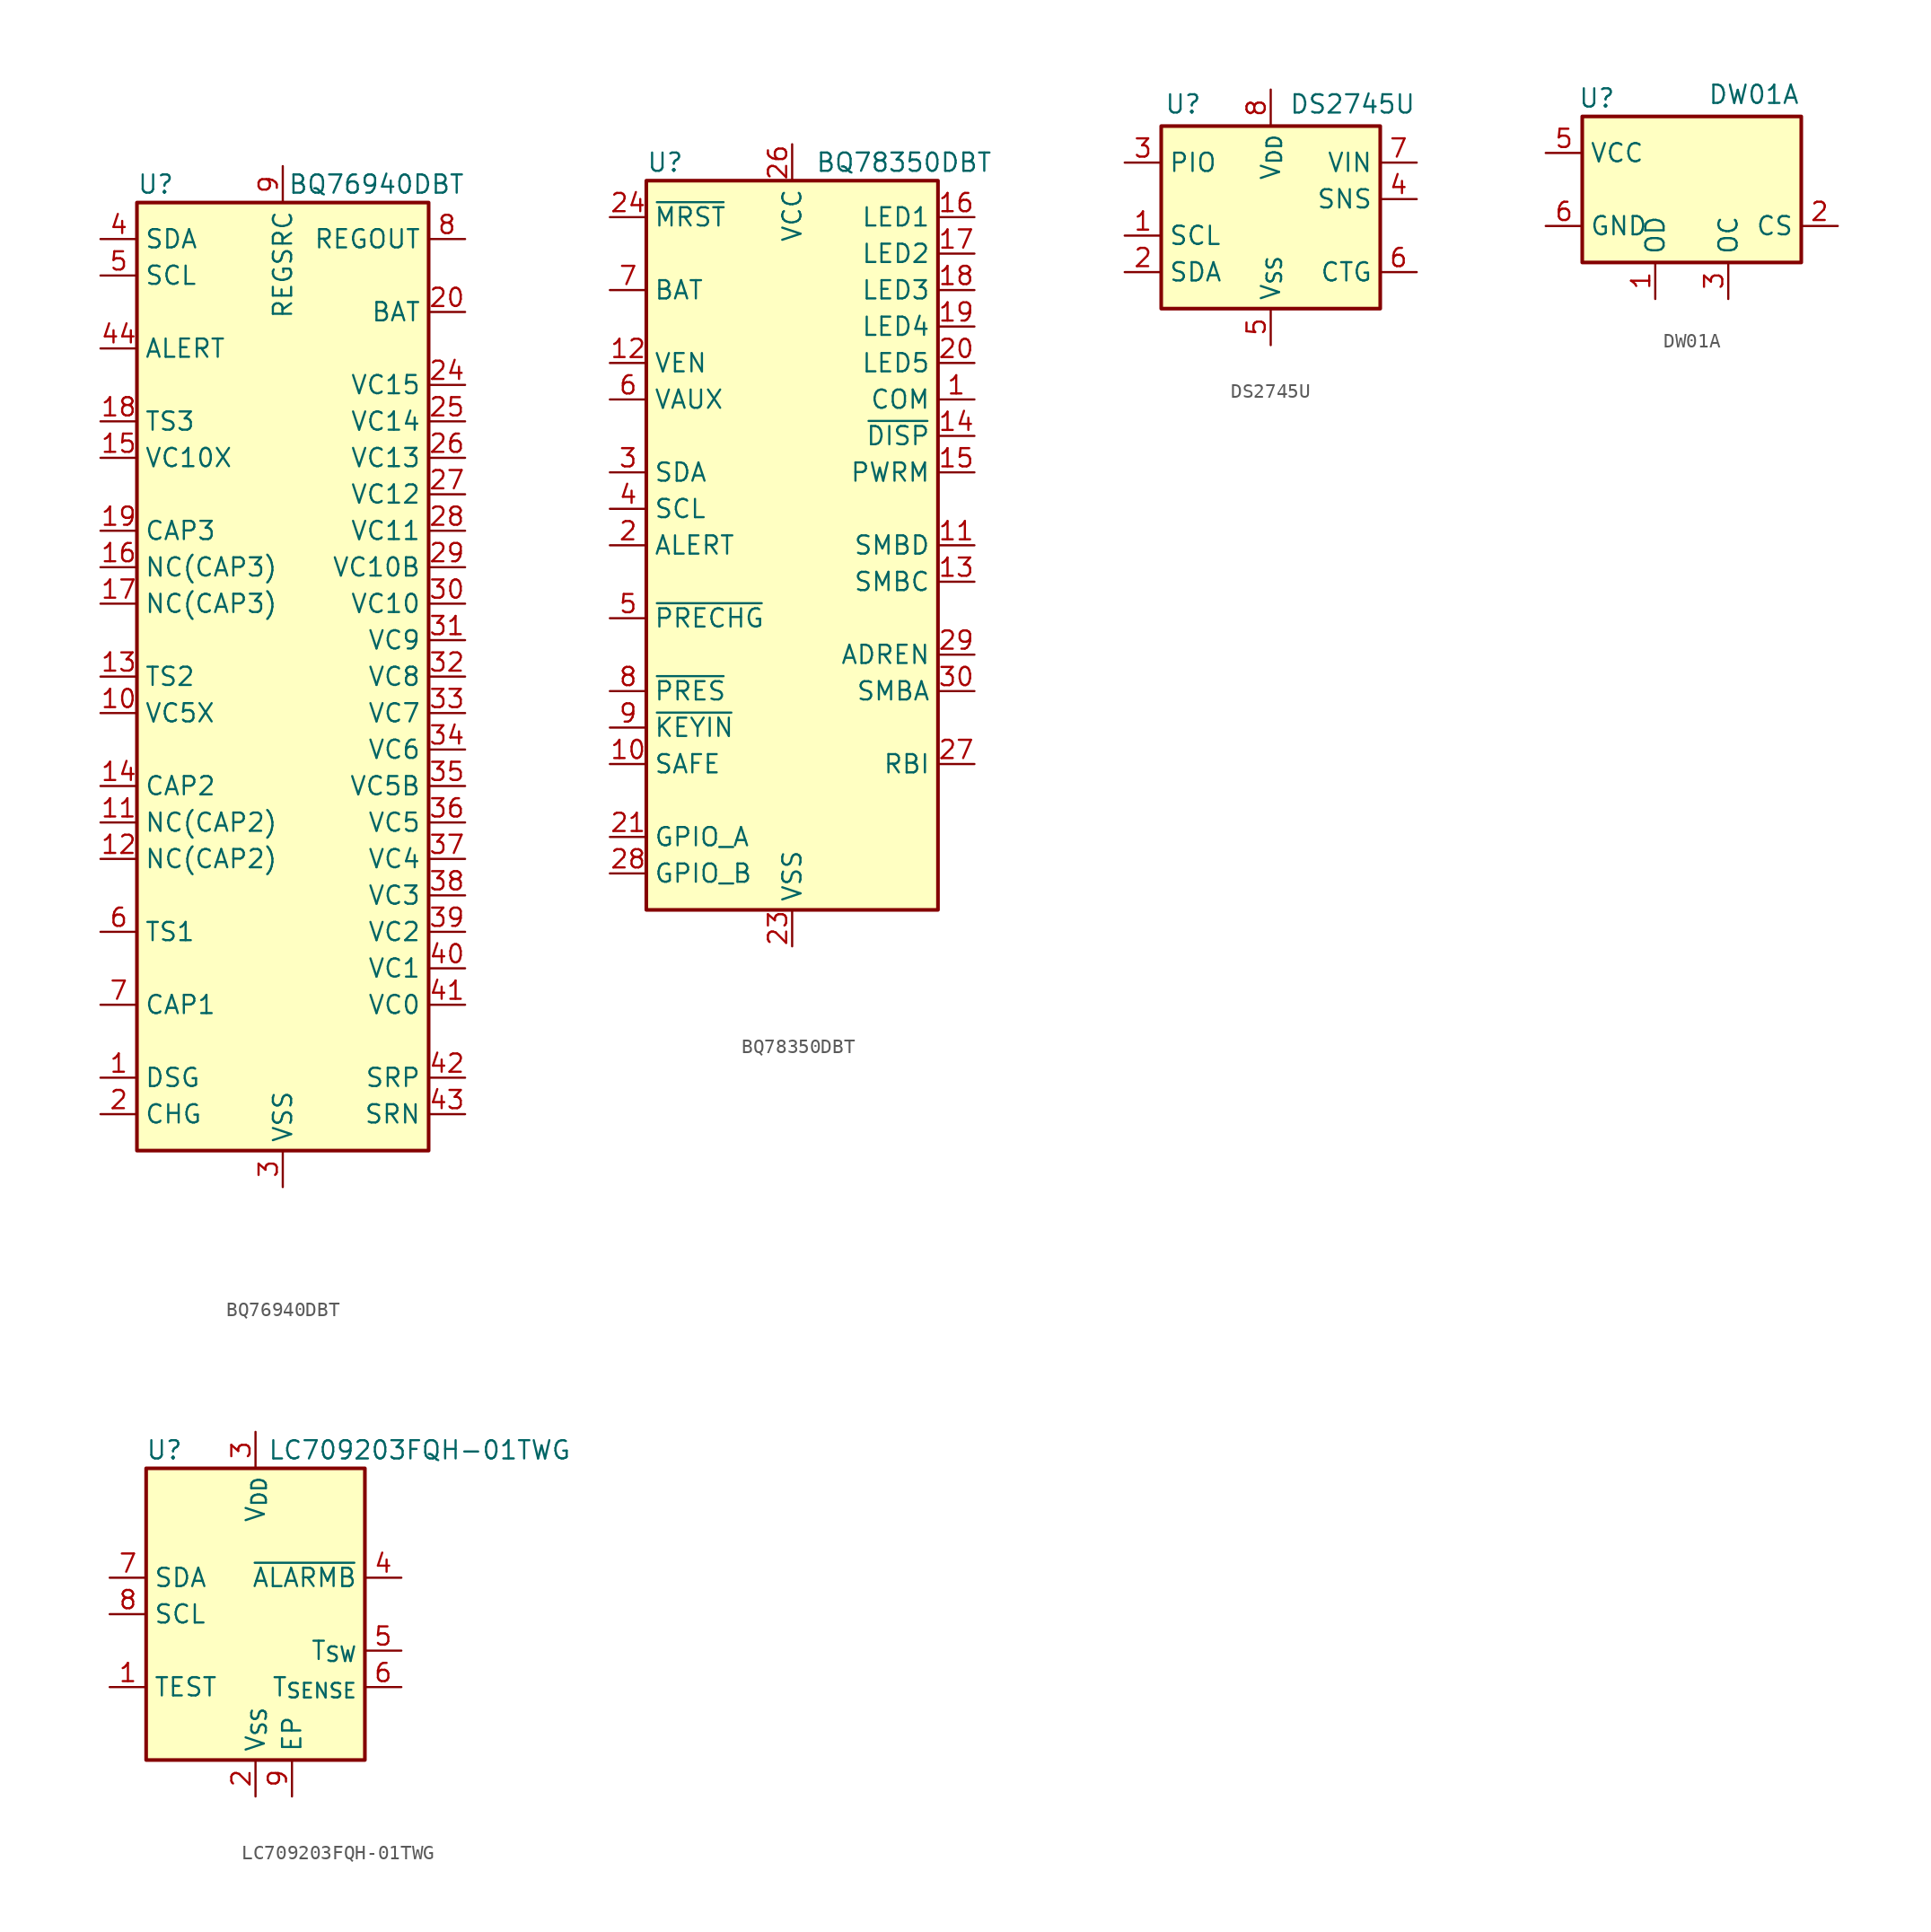
<source format=kicad_sym>
(kicad_symbol_lib
  (version 20241209)
  (generator "kicad_symbol_editor")
  (generator_version "9.0")
  (symbol "BQ76940DBT"
    (property "Reference" "U"
      (at -10.16 34.29 0)
      (effects (font (size 1.27 1.27)) (justify left)))
    (property "Value" "BQ76940DBT"
      (at 12.7 34.29 0)
      (effects (font (size 1.27 1.27)) (justify right)))
    (symbol "BQ76940DBT_0_1"
      (rectangle (start -10.16 33.02) (end 10.16 -33.02) (stroke (width 0.254) (type default)) (fill (type background))))
    (symbol "BQ76940DBT_1_0"
      (pin bidirectional line (at -12.7 22.86 0) (length 2.54) (name "ALERT" (effects (font (size 1.27 1.27)))) (number "44" (effects (font (size 1.27 1.27)))))
      (pin passive line (at -12.7 17.78 0) (length 2.54) (name "TS3" (effects (font (size 1.27 1.27)))) (number "18" (effects (font (size 1.27 1.27)))))
      (pin passive line (at -12.7 15.24 0) (length 2.54) (name "VC10X" (effects (font (size 1.27 1.27)))) (number "15" (effects (font (size 1.27 1.27)))))
      (pin passive line (at -12.7 10.16 0) (length 2.54) (name "CAP3" (effects (font (size 1.27 1.27)))) (number "19" (effects (font (size 1.27 1.27)))))
      (pin passive line (at -12.7 7.62 0) (length 2.54) (name "NC(CAP3)" (effects (font (size 1.27 1.27)))) (number "16" (effects (font (size 1.27 1.27)))))
      (pin passive line (at -12.7 5.08 0) (length 2.54) (name "NC(CAP3)" (effects (font (size 1.27 1.27)))) (number "17" (effects (font (size 1.27 1.27)))))
      (pin passive line (at -12.7 0 0) (length 2.54) (name "TS2" (effects (font (size 1.27 1.27)))) (number "13" (effects (font (size 1.27 1.27)))))
      (pin passive line (at -12.7 -2.54 0) (length 2.54) (name "VC5X" (effects (font (size 1.27 1.27)))) (number "10" (effects (font (size 1.27 1.27)))))
      (pin passive line (at -12.7 -7.62 0) (length 2.54) (name "CAP2" (effects (font (size 1.27 1.27)))) (number "14" (effects (font (size 1.27 1.27)))))
      (pin passive line (at -12.7 -10.16 0) (length 2.54) (name "NC(CAP2)" (effects (font (size 1.27 1.27)))) (number "11" (effects (font (size 1.27 1.27)))))
      (pin passive line (at -12.7 -12.7 0) (length 2.54) (name "NC(CAP2)" (effects (font (size 1.27 1.27)))) (number "12" (effects (font (size 1.27 1.27)))))
      (pin passive line (at -12.7 -17.78 0) (length 2.54) (name "TS1" (effects (font (size 1.27 1.27)))) (number "6" (effects (font (size 1.27 1.27)))))
      (pin passive line (at -12.7 -22.86 0) (length 2.54) (name "CAP1" (effects (font (size 1.27 1.27)))) (number "7" (effects (font (size 1.27 1.27)))))
      (pin no_connect line (at -5.08 -33.02 90) (length 2.54) (hide yes) (name "NC" (effects (font (size 1.27 1.27)))) (number "21" (effects (font (size 1.27 1.27)))))
      (pin no_connect line (at -2.54 -33.02 90) (length 2.54) (hide yes) (name "NC" (effects (font (size 1.27 1.27)))) (number "22" (effects (font (size 1.27 1.27)))))
      (pin power_in line (at 0 35.56 270) (length 2.54) (name "REGSRC" (effects (font (size 1.27 1.27)))) (number "9" (effects (font (size 1.27 1.27)))))
      (pin no_connect line (at 2.54 -33.02 90) (length 2.54) (hide yes) (name "NC" (effects (font (size 1.27 1.27)))) (number "23" (effects (font (size 1.27 1.27)))))
      (pin power_out line (at 12.7 30.48 180) (length 2.54) (name "REGOUT" (effects (font (size 1.27 1.27)))) (number "8" (effects (font (size 1.27 1.27)))))
      (pin input line (at 12.7 25.4 180) (length 2.54) (name "BAT" (effects (font (size 1.27 1.27)))) (number "20" (effects (font (size 1.27 1.27)))))
      (pin input line (at 12.7 20.32 180) (length 2.54) (name "VC15" (effects (font (size 1.27 1.27)))) (number "24" (effects (font (size 1.27 1.27)))))
      (pin input line (at 12.7 17.78 180) (length 2.54) (name "VC14" (effects (font (size 1.27 1.27)))) (number "25" (effects (font (size 1.27 1.27)))))
      (pin input line (at 12.7 15.24 180) (length 2.54) (name "VC13" (effects (font (size 1.27 1.27)))) (number "26" (effects (font (size 1.27 1.27)))))
      (pin input line (at 12.7 12.7 180) (length 2.54) (name "VC12" (effects (font (size 1.27 1.27)))) (number "27" (effects (font (size 1.27 1.27)))))
      (pin input line (at 12.7 10.16 180) (length 2.54) (name "VC11" (effects (font (size 1.27 1.27)))) (number "28" (effects (font (size 1.27 1.27)))))
      (pin input line (at 12.7 7.62 180) (length 2.54) (name "VC10B" (effects (font (size 1.27 1.27)))) (number "29" (effects (font (size 1.27 1.27)))))
      (pin input line (at 12.7 5.08 180) (length 2.54) (name "VC10" (effects (font (size 1.27 1.27)))) (number "30" (effects (font (size 1.27 1.27)))))
      (pin input line (at 12.7 2.54 180) (length 2.54) (name "VC9" (effects (font (size 1.27 1.27)))) (number "31" (effects (font (size 1.27 1.27)))))
      (pin input line (at 12.7 0 180) (length 2.54) (name "VC8" (effects (font (size 1.27 1.27)))) (number "32" (effects (font (size 1.27 1.27)))))
      (pin input line (at 12.7 -2.54 180) (length 2.54) (name "VC7" (effects (font (size 1.27 1.27)))) (number "33" (effects (font (size 1.27 1.27)))))
      (pin input line (at 12.7 -5.08 180) (length 2.54) (name "VC6" (effects (font (size 1.27 1.27)))) (number "34" (effects (font (size 1.27 1.27)))))
      (pin input line (at 12.7 -7.62 180) (length 2.54) (name "VC5B" (effects (font (size 1.27 1.27)))) (number "35" (effects (font (size 1.27 1.27)))))
      (pin input line (at 12.7 -10.16 180) (length 2.54) (name "VC5" (effects (font (size 1.27 1.27)))) (number "36" (effects (font (size 1.27 1.27)))))
      (pin input line (at 12.7 -12.7 180) (length 2.54) (name "VC4" (effects (font (size 1.27 1.27)))) (number "37" (effects (font (size 1.27 1.27)))))
      (pin input line (at 12.7 -15.24 180) (length 2.54) (name "VC3" (effects (font (size 1.27 1.27)))) (number "38" (effects (font (size 1.27 1.27)))))
      (pin input line (at 12.7 -17.78 180) (length 2.54) (name "VC2" (effects (font (size 1.27 1.27)))) (number "39" (effects (font (size 1.27 1.27)))))
      (pin input line (at 12.7 -20.32 180) (length 2.54) (name "VC1" (effects (font (size 1.27 1.27)))) (number "40" (effects (font (size 1.27 1.27)))))
      (pin input line (at 12.7 -22.86 180) (length 2.54) (name "VC0" (effects (font (size 1.27 1.27)))) (number "41" (effects (font (size 1.27 1.27)))))
      (pin input line (at 12.7 -27.94 180) (length 2.54) (name "SRP" (effects (font (size 1.27 1.27)))) (number "42" (effects (font (size 1.27 1.27)))))
      (pin input line (at 12.7 -30.48 180) (length 2.54) (name "SRN" (effects (font (size 1.27 1.27)))) (number "43" (effects (font (size 1.27 1.27))))))
    (symbol "BQ76940DBT_1_1"
      (pin bidirectional line (at -12.7 30.48 0) (length 2.54) (name "SDA" (effects (font (size 1.27 1.27)))) (number "4" (effects (font (size 1.27 1.27)))))
      (pin input line (at -12.7 27.94 0) (length 2.54) (name "SCL" (effects (font (size 1.27 1.27)))) (number "5" (effects (font (size 1.27 1.27)))))
      (pin output line (at -12.7 -27.94 0) (length 2.54) (name "DSG" (effects (font (size 1.27 1.27)))) (number "1" (effects (font (size 1.27 1.27)))))
      (pin output line (at -12.7 -30.48 0) (length 2.54) (name "CHG" (effects (font (size 1.27 1.27)))) (number "2" (effects (font (size 1.27 1.27)))))
      (pin power_in line (at 0 -35.56 90) (length 2.54) (name "VSS" (effects (font (size 1.27 1.27)))) (number "3" (effects (font (size 1.27 1.27)))))))
  (symbol "BQ78350DBT"
    (property "Reference" "U"
      (at -10.16 26.67 0)
      (effects (font (size 1.27 1.27)) (justify left)))
    (property "Value" "BQ78350DBT"
      (at 13.97 26.67 0)
      (effects (font (size 1.27 1.27)) (justify right)))
    (symbol "BQ78350DBT_0_1"
      (rectangle (start -10.16 25.4) (end 10.16 -25.4) (stroke (width 0.254) (type default)) (fill (type background))))
    (symbol "BQ78350DBT_1_1"
      (pin input line (at -12.7 22.86 0) (length 2.54) (name "~{MRST}" (effects (font (size 1.27 1.27)))) (number "24" (effects (font (size 1.27 1.27)))))
      (pin input line (at -12.7 17.78 0) (length 2.54) (name "BAT" (effects (font (size 1.27 1.27)))) (number "7" (effects (font (size 1.27 1.27)))))
      (pin open_collector line (at -12.7 12.7 0) (length 2.54) (name "VEN" (effects (font (size 1.27 1.27)))) (number "12" (effects (font (size 1.27 1.27)))))
      (pin input line (at -12.7 10.16 0) (length 2.54) (name "VAUX" (effects (font (size 1.27 1.27)))) (number "6" (effects (font (size 1.27 1.27)))))
      (pin bidirectional line (at -12.7 5.08 0) (length 2.54) (name "SDA" (effects (font (size 1.27 1.27)))) (number "3" (effects (font (size 1.27 1.27)))))
      (pin output line (at -12.7 2.54 0) (length 2.54) (name "SCL" (effects (font (size 1.27 1.27)))) (number "4" (effects (font (size 1.27 1.27)))))
      (pin bidirectional line (at -12.7 0 0) (length 2.54) (name "ALERT" (effects (font (size 1.27 1.27)))) (number "2" (effects (font (size 1.27 1.27)))))
      (pin output line (at -12.7 -5.08 0) (length 2.54) (name "~{PRECHG}" (effects (font (size 1.27 1.27)))) (number "5" (effects (font (size 1.27 1.27)))))
      (pin input line (at -12.7 -10.16 0) (length 2.54) (name "~{PRES}" (effects (font (size 1.27 1.27)))) (number "8" (effects (font (size 1.27 1.27)))))
      (pin input line (at -12.7 -12.7 0) (length 2.54) (name "~{KEYIN}" (effects (font (size 1.27 1.27)))) (number "9" (effects (font (size 1.27 1.27)))))
      (pin output line (at -12.7 -15.24 0) (length 2.54) (name "SAFE" (effects (font (size 1.27 1.27)))) (number "10" (effects (font (size 1.27 1.27)))))
      (pin bidirectional line (at -12.7 -20.32 0) (length 2.54) (name "GPIO_A" (effects (font (size 1.27 1.27)))) (number "21" (effects (font (size 1.27 1.27)))))
      (pin bidirectional line (at -12.7 -22.86 0) (length 2.54) (name "GPIO_B" (effects (font (size 1.27 1.27)))) (number "28" (effects (font (size 1.27 1.27)))))
      (pin power_in line (at 0 27.94 270) (length 2.54) (name "VCC" (effects (font (size 1.27 1.27)))) (number "26" (effects (font (size 1.27 1.27)))))
      (pin passive line (at 0 -27.94 90) (length 2.54) (hide yes) (name "VSS" (effects (font (size 1.27 1.27)))) (number "22" (effects (font (size 1.27 1.27)))))
      (pin power_in line (at 0 -27.94 90) (length 2.54) (name "VSS" (effects (font (size 1.27 1.27)))) (number "23" (effects (font (size 1.27 1.27)))))
      (pin passive line (at 0 -27.94 90) (length 2.54) (hide yes) (name "VSS" (effects (font (size 1.27 1.27)))) (number "25" (effects (font (size 1.27 1.27)))))
      (pin output line (at 12.7 22.86 180) (length 2.54) (name "LED1" (effects (font (size 1.27 1.27)))) (number "16" (effects (font (size 1.27 1.27)))))
      (pin output line (at 12.7 20.32 180) (length 2.54) (name "LED2" (effects (font (size 1.27 1.27)))) (number "17" (effects (font (size 1.27 1.27)))))
      (pin output line (at 12.7 17.78 180) (length 2.54) (name "LED3" (effects (font (size 1.27 1.27)))) (number "18" (effects (font (size 1.27 1.27)))))
      (pin output line (at 12.7 15.24 180) (length 2.54) (name "LED4" (effects (font (size 1.27 1.27)))) (number "19" (effects (font (size 1.27 1.27)))))
      (pin output line (at 12.7 12.7 180) (length 2.54) (name "LED5" (effects (font (size 1.27 1.27)))) (number "20" (effects (font (size 1.27 1.27)))))
      (pin open_collector line (at 12.7 10.16 180) (length 2.54) (name "COM" (effects (font (size 1.27 1.27)))) (number "1" (effects (font (size 1.27 1.27)))))
      (pin input line (at 12.7 7.62 180) (length 2.54) (name "~{DISP}" (effects (font (size 1.27 1.27)))) (number "14" (effects (font (size 1.27 1.27)))))
      (pin open_collector line (at 12.7 5.08 180) (length 2.54) (name "PWRM" (effects (font (size 1.27 1.27)))) (number "15" (effects (font (size 1.27 1.27)))))
      (pin bidirectional line (at 12.7 0 180) (length 2.54) (name "SMBD" (effects (font (size 1.27 1.27)))) (number "11" (effects (font (size 1.27 1.27)))))
      (pin bidirectional line (at 12.7 -2.54 180) (length 2.54) (name "SMBC" (effects (font (size 1.27 1.27)))) (number "13" (effects (font (size 1.27 1.27)))))
      (pin output line (at 12.7 -7.62 180) (length 2.54) (name "ADREN" (effects (font (size 1.27 1.27)))) (number "29" (effects (font (size 1.27 1.27)))))
      (pin input line (at 12.7 -10.16 180) (length 2.54) (name "SMBA" (effects (font (size 1.27 1.27)))) (number "30" (effects (font (size 1.27 1.27)))))
      (pin passive line (at 12.7 -15.24 180) (length 2.54) (name "RBI" (effects (font (size 1.27 1.27)))) (number "27" (effects (font (size 1.27 1.27)))))))
  (symbol "DS2745U"
    (property "Reference" "U"
      (at -6.096 6.604 0)
      (effects (font (size 1.27 1.27))))
    (property "Value" "DS2745U"
      (at 1.27 6.604 0)
      (effects (font (size 1.27 1.27)) (justify left)))
    (symbol "DS2745U_0_1"
      (rectangle (start -7.62 5.08) (end 7.62 -7.62) (stroke (width 0.254) (type default)) (fill (type background))))
    (symbol "DS2745U_1_1"
      (pin open_collector line (at -10.16 2.54 0) (length 2.54) (name "PIO" (effects (font (size 1.27 1.27)))) (number "3" (effects (font (size 1.27 1.27)))))
      (pin input line (at -10.16 -2.54 0) (length 2.54) (name "SCL" (effects (font (size 1.27 1.27)))) (number "1" (effects (font (size 1.27 1.27)))))
      (pin bidirectional line (at -10.16 -5.08 0) (length 2.54) (name "SDA" (effects (font (size 1.27 1.27)))) (number "2" (effects (font (size 1.27 1.27)))))
      (pin power_in line (at 0 7.62 270) (length 2.54) (name "V_{DD}" (effects (font (size 1.27 1.27)))) (number "8" (effects (font (size 1.27 1.27)))))
      (pin power_in line (at 0 -10.16 90) (length 2.54) (name "V_{SS}" (effects (font (size 1.27 1.27)))) (number "5" (effects (font (size 1.27 1.27)))))
      (pin input line (at 10.16 2.54 180) (length 2.54) (name "VIN" (effects (font (size 1.27 1.27)))) (number "7" (effects (font (size 1.27 1.27)))))
      (pin input line (at 10.16 0 180) (length 2.54) (name "SNS" (effects (font (size 1.27 1.27)))) (number "4" (effects (font (size 1.27 1.27)))))
      (pin input line (at 10.16 -5.08 180) (length 2.54) (name "CTG" (effects (font (size 1.27 1.27)))) (number "6" (effects (font (size 1.27 1.27)))))))
  (symbol "DW01A"
    (property "Reference" "U"
      (at -6.604 6.35 0)
      (effects (font (size 1.27 1.27))))
    (property "Value" "DW01A"
      (at 4.318 6.604 0)
      (effects (font (size 1.27 1.27))))
    (symbol "DW01A_0_1"
      (pin power_in line (at -10.16 2.54 0) (length 2.54) (name "VCC" (effects (font (size 1.27 1.27)))) (number "5" (effects (font (size 1.27 1.27)))))
      (pin power_in line (at -10.16 -2.54 0) (length 2.54) (name "GND" (effects (font (size 1.27 1.27)))) (number "6" (effects (font (size 1.27 1.27)))))
      (pin output line (at -2.54 -7.62 90) (length 2.54) (name "OD" (effects (font (size 1.27 1.27)))) (number "1" (effects (font (size 1.27 1.27)))))
      (pin output line (at 2.54 -7.62 90) (length 2.54) (name "OC" (effects (font (size 1.27 1.27)))) (number "3" (effects (font (size 1.27 1.27)))))
      (pin input line (at 10.16 -2.54 180) (length 2.54) (name "CS" (effects (font (size 1.27 1.27)))) (number "2" (effects (font (size 1.27 1.27))))))
    (symbol "DW01A_1_1"
      (rectangle (start -7.62 5.08) (end 7.62 -5.08) (stroke (width 0.254) (type default)) (fill (type background)))
      (pin no_connect line (at 10.16 2.54 180) (length 2.54) (hide yes) (name "TD" (effects (font (size 1.27 1.27)))) (number "4" (effects (font (size 1.27 1.27)))))))
  (symbol "LC709203FQH-01TWG"
    (property "Reference" "U"
      (at -6.35 11.43 0)
      (effects (font (size 1.27 1.27))))
    (property "Value" "LC709203FQH-01TWG"
      (at 11.43 11.43 0)
      (effects (font (size 1.27 1.27))))
    (symbol "LC709203FQH-01TWG_0_1"
      (rectangle (start -7.62 10.16) (end 7.62 -10.16) (stroke (width 0.254) (type default)) (fill (type background))))
    (symbol "LC709203FQH-01TWG_1_1"
      (pin bidirectional line (at -10.16 2.54 0) (length 2.54) (name "SDA" (effects (font (size 1.27 1.27)))) (number "7" (effects (font (size 1.27 1.27)))))
      (pin input line (at -10.16 0 0) (length 2.54) (name "SCL" (effects (font (size 1.27 1.27)))) (number "8" (effects (font (size 1.27 1.27)))))
      (pin input line (at -10.16 -5.08 0) (length 2.54) (name "TEST" (effects (font (size 1.27 1.27)))) (number "1" (effects (font (size 1.27 1.27)))))
      (pin power_in line (at 0 12.7 270) (length 2.54) (name "V_{DD}" (effects (font (size 1.27 1.27)))) (number "3" (effects (font (size 1.27 1.27)))))
      (pin power_in line (at 0 -12.7 90) (length 2.54) (name "V_{SS}" (effects (font (size 1.27 1.27)))) (number "2" (effects (font (size 1.27 1.27)))))
      (pin passive line (at 2.54 -12.7 90) (length 2.54) (name "EP" (effects (font (size 1.27 1.27)))) (number "9" (effects (font (size 1.27 1.27)))))
      (pin open_collector line (at 10.16 2.54 180) (length 2.54) (name "~{ALARMB}" (effects (font (size 1.27 1.27)))) (number "4" (effects (font (size 1.27 1.27)))))
      (pin output line (at 10.16 -2.54 180) (length 2.54) (name "T_{SW}" (effects (font (size 1.27 1.27)))) (number "5" (effects (font (size 1.27 1.27)))))
      (pin input line (at 10.16 -5.08 180) (length 2.54) (name "T_{SENSE}" (effects (font (size 1.27 1.27)))) (number "6" (effects (font (size 1.27 1.27))))))))
</source>
